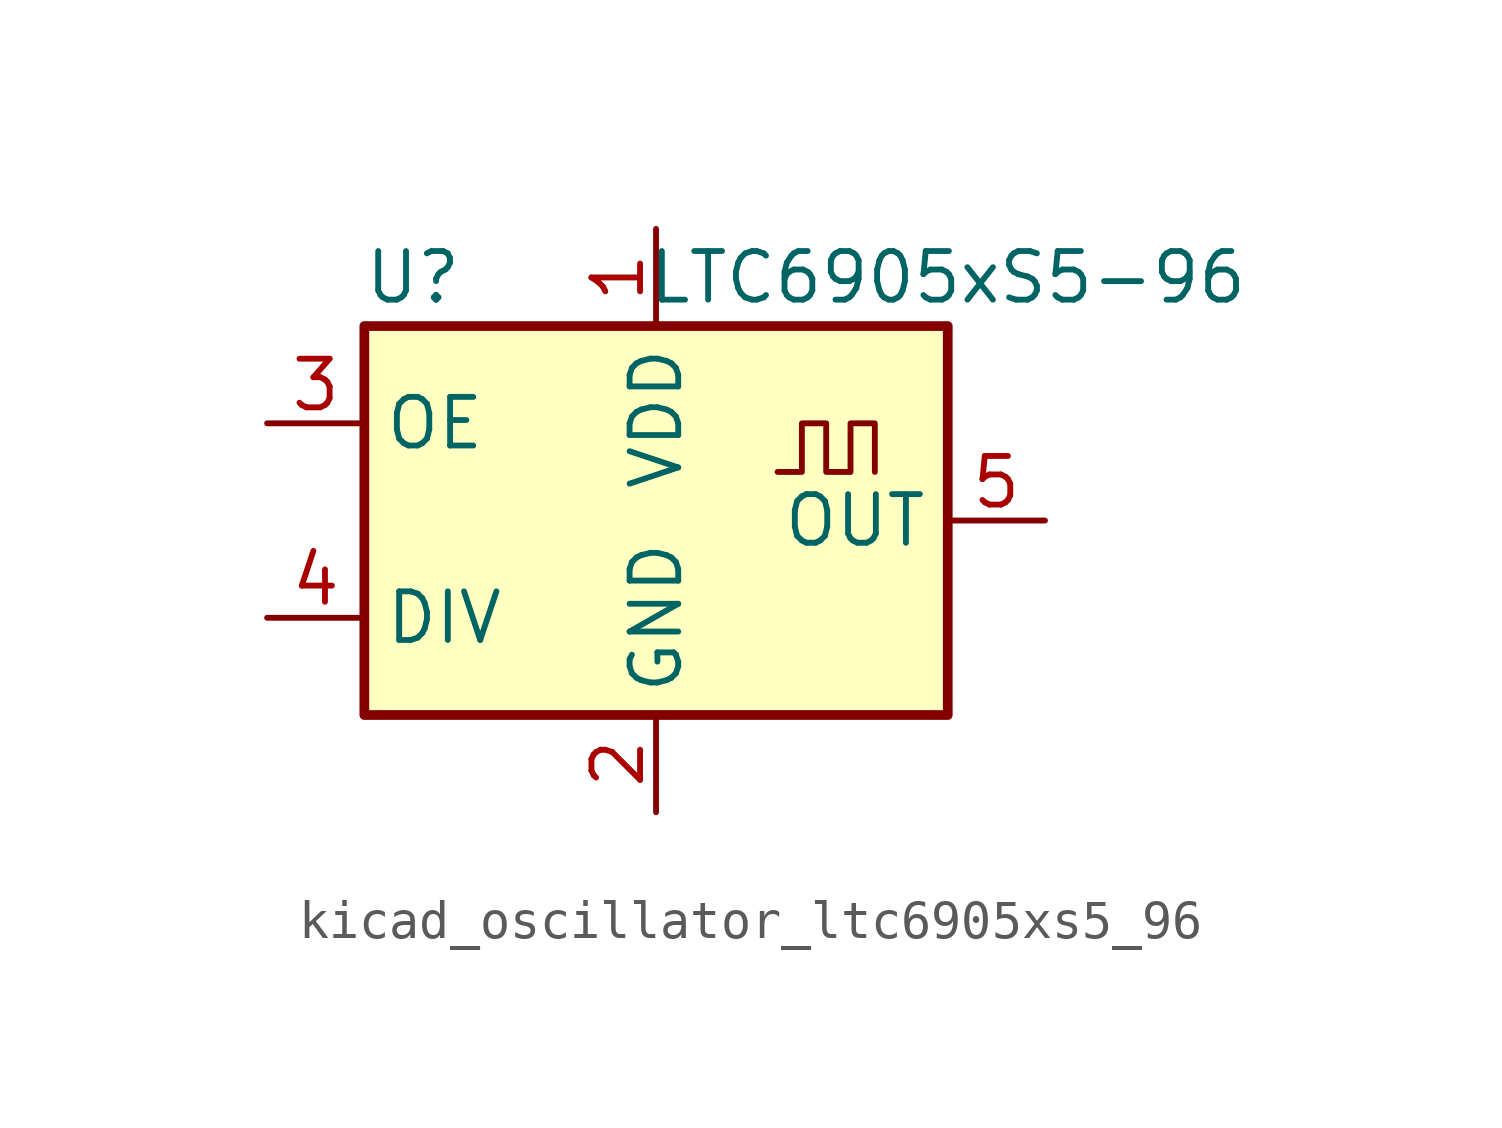
<source format=kicad_sym>
(kicad_symbol_lib
  (version 20220914)
  (generator kicad_symbol_editor)
  (symbol "kicad_oscillator_ltc6905xs5_96"
    (property "Reference" "U"
      (at -6.35 6.35 0)
      (effects (font (size 1.27 1.27))))
    (property "Value" "LTC6905xS5-96"
      (at 7.62 6.35 0)
      (effects (font (size 1.27 1.27))))
    (symbol "kicad_oscillator_ltc6905xs5_96_1_1"
      (rectangle (start -7.62 5.08) (end 7.62 -5.08) (stroke (width 0.254) (type default)) (fill (type background)))
      (polyline (pts (xy 3.175 1.27) (xy 3.81 1.27) (xy 3.81 2.54) (xy 4.445 2.54) (xy 4.445 1.27) (xy 5.08 1.27) (xy 5.08 2.54) (xy 5.715 2.54) (xy 5.715 1.27)) (stroke (width 0) (type default)) (fill (type none)))
      (pin power_in line (at 0 7.62 270) (length 2.54) (name "VDD" (effects (font (size 1.27 1.27)))) (number "1" (effects (font (size 1.27 1.27)))))
      (pin power_in line (at 0 -7.62 90) (length 2.54) (name "GND" (effects (font (size 1.27 1.27)))) (number "2" (effects (font (size 1.27 1.27)))))
      (pin input line (at -10.16 2.54 0) (length 2.54) (name "OE" (effects (font (size 1.27 1.27)))) (number "3" (effects (font (size 1.27 1.27)))))
      (pin input line (at -10.16 -2.54 0) (length 2.54) (name "DIV" (effects (font (size 1.27 1.27)))) (number "4" (effects (font (size 1.27 1.27)))))
      (pin output line (at 10.16 0 180) (length 2.54) (name "OUT" (effects (font (size 1.27 1.27)))) (number "5" (effects (font (size 1.27 1.27))))))))
</source>
